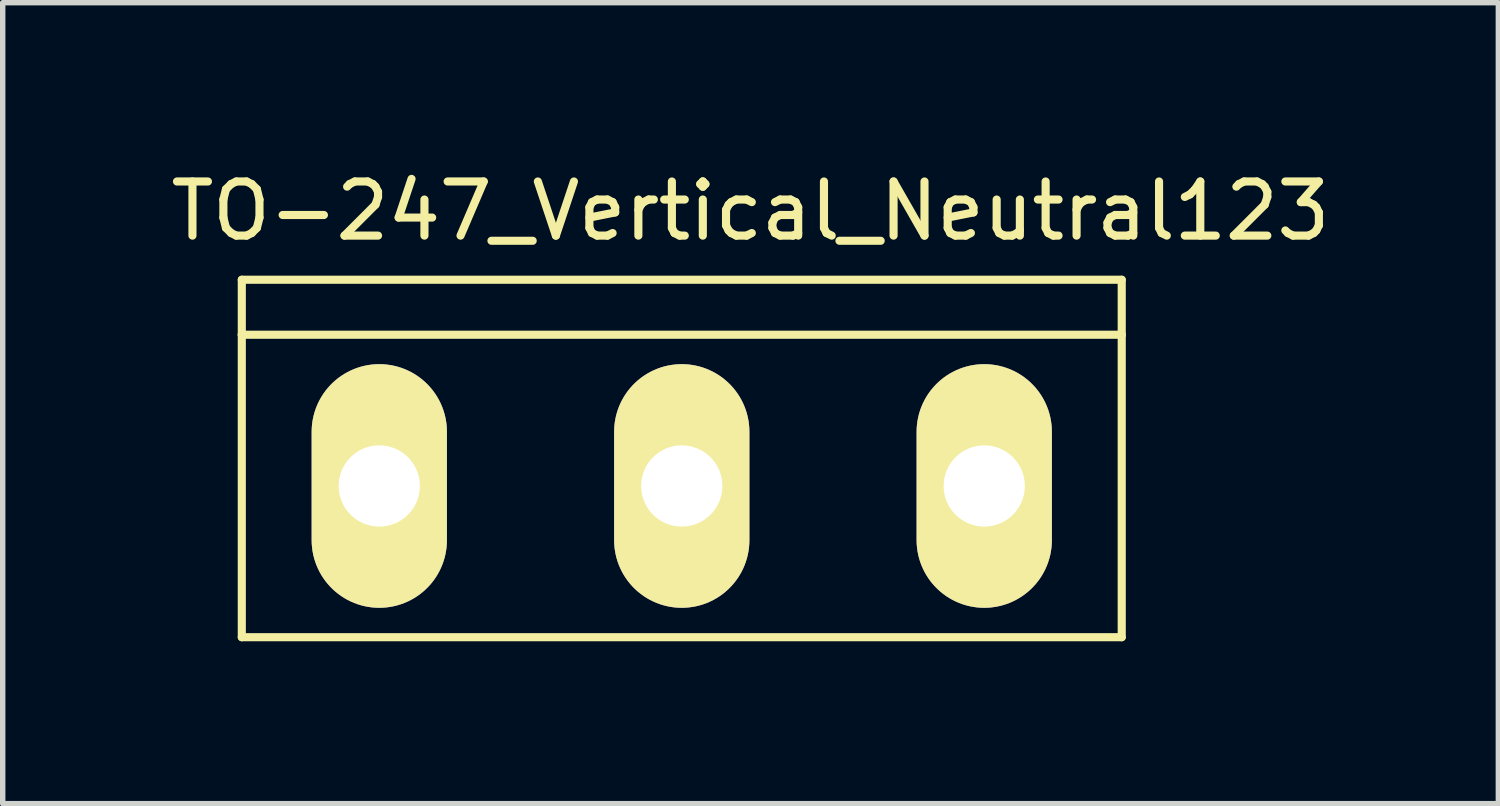
<source format=kicad_pcb>
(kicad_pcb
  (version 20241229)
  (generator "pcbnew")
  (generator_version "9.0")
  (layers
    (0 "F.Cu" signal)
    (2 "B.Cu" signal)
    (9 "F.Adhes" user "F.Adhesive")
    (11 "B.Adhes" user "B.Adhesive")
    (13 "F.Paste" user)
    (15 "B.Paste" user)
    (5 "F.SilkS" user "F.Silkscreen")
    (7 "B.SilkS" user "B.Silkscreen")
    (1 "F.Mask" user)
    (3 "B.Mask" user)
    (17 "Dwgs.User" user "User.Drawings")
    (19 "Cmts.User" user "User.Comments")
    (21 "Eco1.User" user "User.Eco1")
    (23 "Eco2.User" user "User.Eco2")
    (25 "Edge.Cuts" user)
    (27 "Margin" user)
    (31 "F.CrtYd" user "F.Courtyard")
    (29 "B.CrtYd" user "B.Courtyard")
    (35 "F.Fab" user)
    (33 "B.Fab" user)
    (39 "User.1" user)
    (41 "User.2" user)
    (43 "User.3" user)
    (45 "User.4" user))
  (footprint "TO-247_Vertical_Neutral123"
    (layer "F.Cu")
    (at 9.545 5.928)
    (property "Reference" "TO-247_Vertical_Neutral123" (at 1.27 -5.08 0) (layer "F.SilkS") (effects (font (size 1 1) (thickness 0.15))))
    (attr through_hole)
    (fp_line (start -8.128 -3.81) (end 8.128 -3.81) (stroke (width 0.15) (type solid)) (layer "F.SilkS"))
    (fp_line (start -8.128 -2.794) (end -8.128 -3.81) (stroke (width 0.15) (type solid)) (layer "F.SilkS"))
    (fp_line (start -8.128 -2.794) (end -8.128 2.794) (stroke (width 0.15) (type solid)) (layer "F.SilkS"))
    (fp_line (start -8.128 2.794) (end 8.128 2.794) (stroke (width 0.15) (type solid)) (layer "F.SilkS"))
    (fp_line (start 8.128 -3.81) (end 8.128 -2.794) (stroke (width 0.15) (type solid)) (layer "F.SilkS"))
    (fp_line (start 8.128 -2.794) (end -8.128 -2.794) (stroke (width 0.15) (type solid)) (layer "F.SilkS"))
    (fp_line (start 8.128 2.794) (end 8.128 -2.794) (stroke (width 0.15) (type solid)) (layer "F.SilkS"))
    (pad "1" thru_hole oval (at -5.588 0 90) (size 4.501 2.499) (drill 1.501) (layers "*.Cu" "*.Mask" "F.SilkS"))
    (pad "2" thru_hole oval (at 0 0 90) (size 4.501 2.499) (drill 1.501) (layers "*.Cu" "*.Mask" "F.SilkS"))
    (pad "3" thru_hole oval (at 5.588 0 90) (size 4.501 2.499) (drill 1.501) (layers "*.Cu" "*.Mask" "F.SilkS")))
  (gr_rect
    (start -3 -3)
    (end 24.631 11.797)
    (stroke (width 0.1) (type default))
    (fill no)
    (layer "Edge.Cuts")))
</source>
